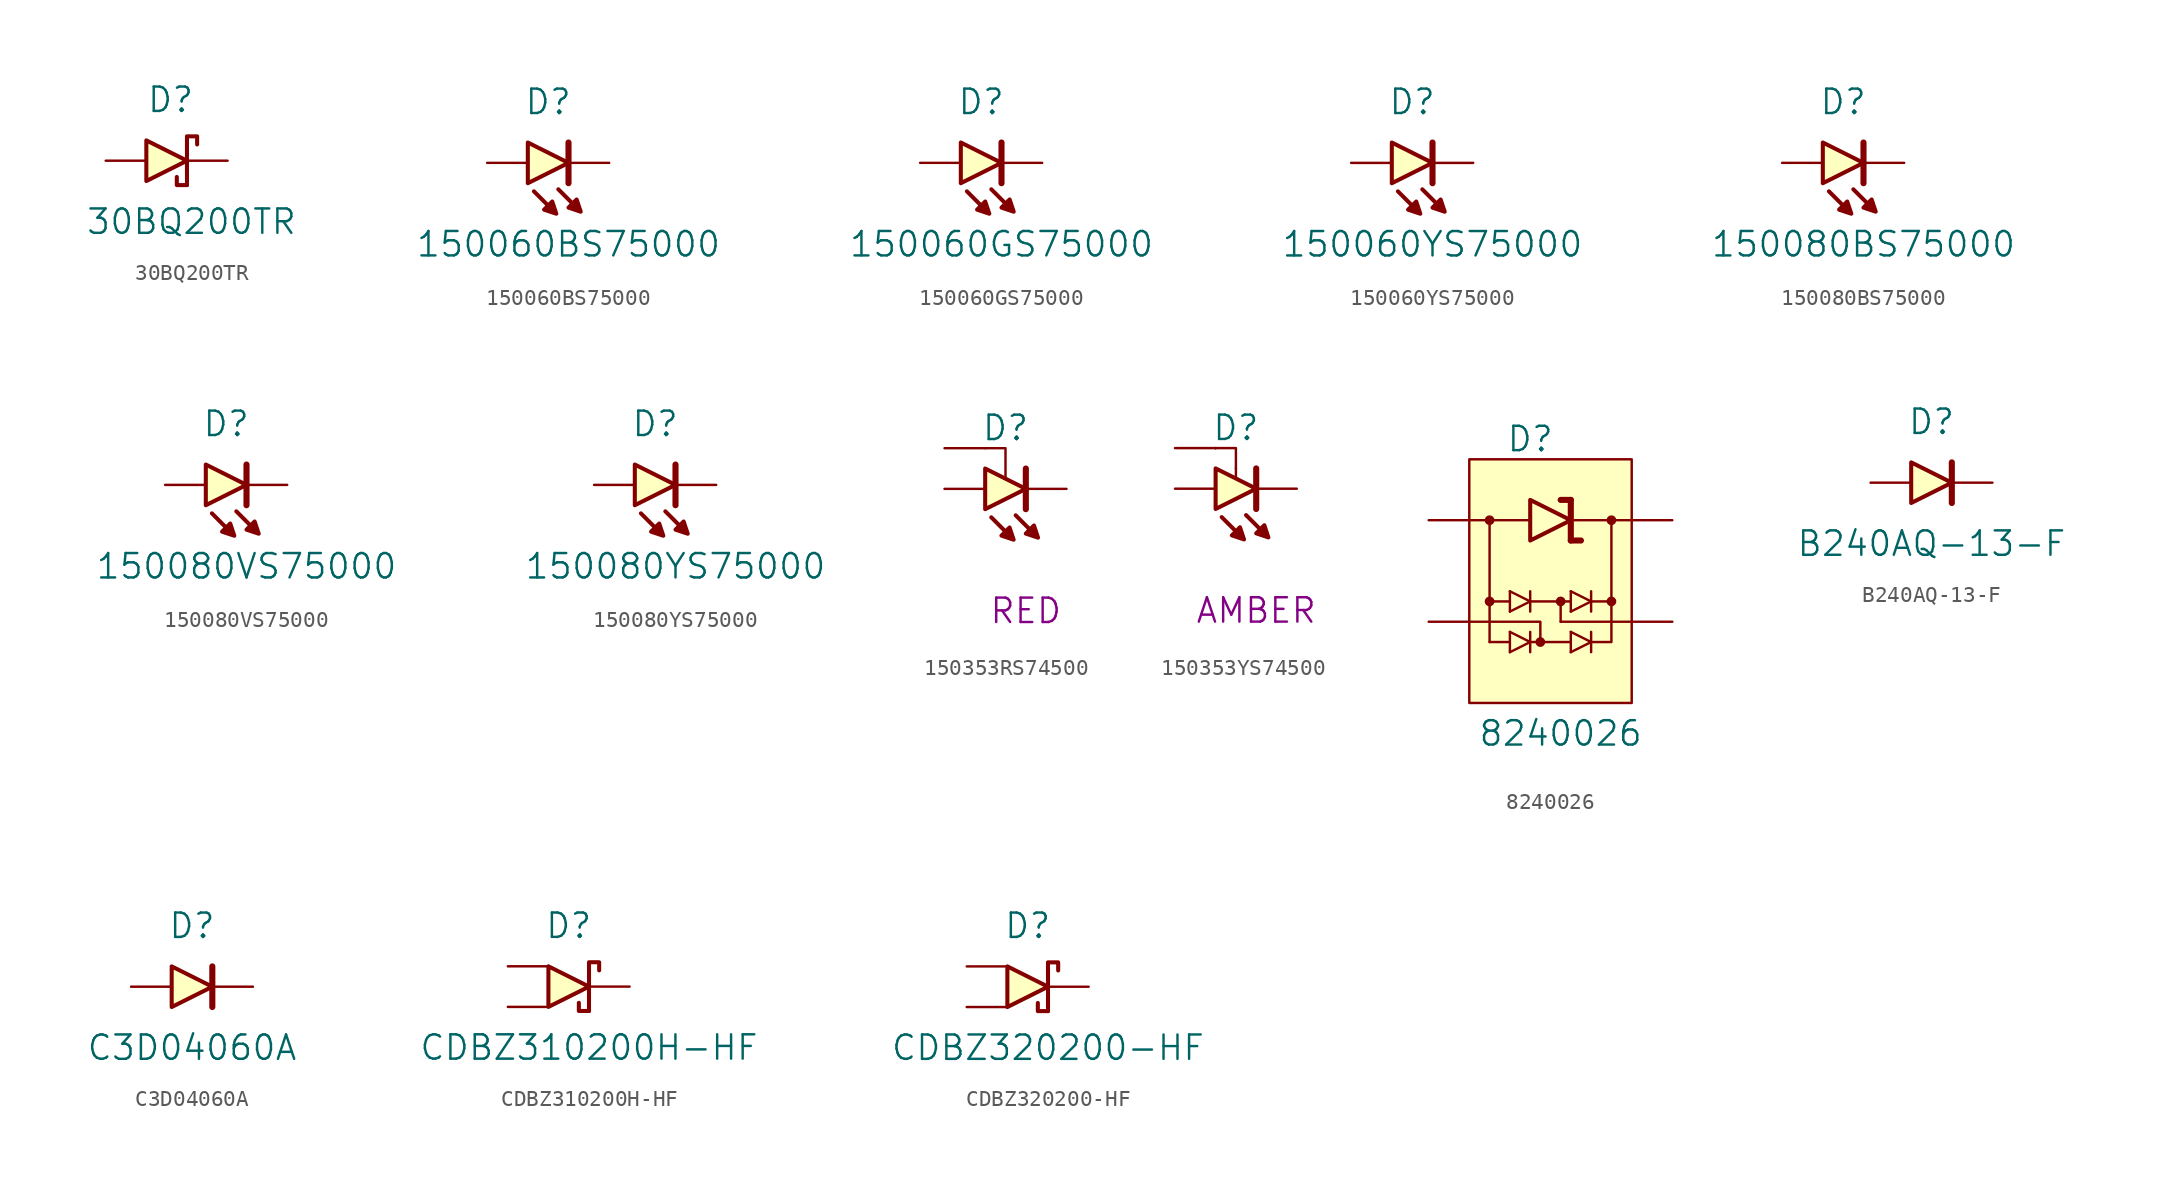
<source format=kicad_sym>
(kicad_symbol_lib
  (version 20220914)
  (generator kicad_symbol_editor)
  (symbol "30BQ200TR"
    (pin_numbers hide)
    (pin_names
      (offset 0) hide)
    (property "Reference" "D"
      (at -1.27 3.81 0)
      (effects (font (size 1.524 1.524)) (justify left)))
    (property "Value" "30BQ200TR"
      (at -5.08 -3.81 0)
      (effects (font (size 1.524 1.524)) (justify left)))
    (symbol "30BQ200TR_0_1"
      (polyline (pts (xy 1.27 -1.524) (xy 0.635 -1.524) (xy 0.635 -1.016)) (stroke (width 0.254) (type default)) (fill (type none)))
      (polyline (pts (xy -1.27 1.27) (xy -1.27 -1.27) (xy 1.27 0) (xy -1.27 1.27)) (stroke (width 0.254) (type default)) (fill (type background)))
      (polyline (pts (xy 1.27 -1.524) (xy 1.27 1.524) (xy 1.905 1.524) (xy 1.905 1.016)) (stroke (width 0.254) (type default)) (fill (type none))))
    (symbol "30BQ200TR_1_1"
      (pin input line (at 3.81 0 180) (length 2.54) (name "Cathode" (effects (font (size 1.27 1.27)))) (number "1" (effects (font (size 1.27 1.27)))))
      (pin input line (at -3.81 0 0) (length 2.54) (name "Anode" (effects (font (size 1.27 1.27)))) (number "2" (effects (font (size 1.27 1.27)))))))
  (symbol "150060BS75000"
    (pin_numbers hide)
    (pin_names
      (offset 0) hide)
    (property "Reference" "D"
      (at -1.27 3.81 0)
      (effects (font (size 1.524 1.524))))
    (property "Value" "150060BS75000"
      (at 0 -5.08 0)
      (effects (font (size 1.524 1.524))))
    (symbol "150060BS75000_0_1"
      (polyline (pts (xy 0 -1.27) (xy 0 1.27)) (stroke (width 0.381) (type default)) (fill (type none)))
      (polyline (pts (xy -2.54 1.27) (xy -2.54 -1.27) (xy 0 0) (xy -2.54 1.27)) (stroke (width 0.254) (type default)) (fill (type background)))
      (polyline (pts (xy -2.159 -1.778) (xy -0.762 -3.175) (xy -1.016 -2.413) (xy -1.524 -2.921) (xy -0.762 -3.175)) (stroke (width 0.254) (type default)) (fill (type outline)))
      (polyline (pts (xy -0.635 -1.651) (xy 0.762 -3.048) (xy 0 -2.794) (xy 0.508 -2.286) (xy 0.762 -3.048)) (stroke (width 0.254) (type default)) (fill (type outline))))
    (symbol "150060BS75000_1_1"
      (pin passive line (at 2.54 0 180) (length 2.54) (name "Cathode" (effects (font (size 1.27 1.27)))) (number "1" (effects (font (size 1.27 1.27)))))
      (pin passive line (at -5.08 0 0) (length 2.54) (name "Anode" (effects (font (size 1.27 1.27)))) (number "2" (effects (font (size 1.27 1.27)))))))
  (symbol "150060GS75000"
    (pin_numbers hide)
    (pin_names
      (offset 0) hide)
    (property "Reference" "D"
      (at -1.27 3.81 0)
      (effects (font (size 1.524 1.524))))
    (property "Value" "150060GS75000"
      (at 0 -5.08 0)
      (effects (font (size 1.524 1.524))))
    (symbol "150060GS75000_0_1"
      (polyline (pts (xy 0 -1.27) (xy 0 1.27)) (stroke (width 0.381) (type default)) (fill (type none)))
      (polyline (pts (xy -2.54 1.27) (xy -2.54 -1.27) (xy 0 0) (xy -2.54 1.27)) (stroke (width 0.254) (type default)) (fill (type background)))
      (polyline (pts (xy -2.159 -1.778) (xy -0.762 -3.175) (xy -1.016 -2.413) (xy -1.524 -2.921) (xy -0.762 -3.175)) (stroke (width 0.254) (type default)) (fill (type outline)))
      (polyline (pts (xy -0.635 -1.651) (xy 0.762 -3.048) (xy 0 -2.794) (xy 0.508 -2.286) (xy 0.762 -3.048)) (stroke (width 0.254) (type default)) (fill (type outline))))
    (symbol "150060GS75000_1_1"
      (pin passive line (at 2.54 0 180) (length 2.54) (name "Cathode" (effects (font (size 1.27 1.27)))) (number "1" (effects (font (size 1.27 1.27)))))
      (pin passive line (at -5.08 0 0) (length 2.54) (name "Anode" (effects (font (size 1.27 1.27)))) (number "2" (effects (font (size 1.27 1.27)))))))
  (symbol "150060YS75000"
    (pin_numbers hide)
    (pin_names
      (offset 0) hide)
    (property "Reference" "D"
      (at -1.27 3.81 0)
      (effects (font (size 1.524 1.524))))
    (property "Value" "150060YS75000"
      (at 0 -5.08 0)
      (effects (font (size 1.524 1.524))))
    (symbol "150060YS75000_0_1"
      (polyline (pts (xy 0 -1.27) (xy 0 1.27)) (stroke (width 0.381) (type default)) (fill (type none)))
      (polyline (pts (xy -2.54 1.27) (xy -2.54 -1.27) (xy 0 0) (xy -2.54 1.27)) (stroke (width 0.254) (type default)) (fill (type background)))
      (polyline (pts (xy -2.159 -1.778) (xy -0.762 -3.175) (xy -1.016 -2.413) (xy -1.524 -2.921) (xy -0.762 -3.175)) (stroke (width 0.254) (type default)) (fill (type outline)))
      (polyline (pts (xy -0.635 -1.651) (xy 0.762 -3.048) (xy 0 -2.794) (xy 0.508 -2.286) (xy 0.762 -3.048)) (stroke (width 0.254) (type default)) (fill (type outline))))
    (symbol "150060YS75000_1_1"
      (pin passive line (at 2.54 0 180) (length 2.54) (name "Cathode" (effects (font (size 1.27 1.27)))) (number "1" (effects (font (size 1.27 1.27)))))
      (pin passive line (at -5.08 0 0) (length 2.54) (name "Anode" (effects (font (size 1.27 1.27)))) (number "2" (effects (font (size 1.27 1.27)))))))
  (symbol "150080BS75000"
    (pin_numbers hide)
    (pin_names
      (offset 0) hide)
    (property "Reference" "D"
      (at -1.27 3.81 0)
      (effects (font (size 1.524 1.524))))
    (property "Value" "150080BS75000"
      (at 0 -5.08 0)
      (effects (font (size 1.524 1.524))))
    (symbol "150080BS75000_0_1"
      (polyline (pts (xy 0 -1.27) (xy 0 1.27)) (stroke (width 0.381) (type default)) (fill (type none)))
      (polyline (pts (xy -2.54 1.27) (xy -2.54 -1.27) (xy 0 0) (xy -2.54 1.27)) (stroke (width 0.254) (type default)) (fill (type background)))
      (polyline (pts (xy -2.159 -1.778) (xy -0.762 -3.175) (xy -1.016 -2.413) (xy -1.524 -2.921) (xy -0.762 -3.175)) (stroke (width 0.254) (type default)) (fill (type outline)))
      (polyline (pts (xy -0.635 -1.651) (xy 0.762 -3.048) (xy 0 -2.794) (xy 0.508 -2.286) (xy 0.762 -3.048)) (stroke (width 0.254) (type default)) (fill (type outline))))
    (symbol "150080BS75000_1_1"
      (pin passive line (at 2.54 0 180) (length 2.54) (name "Cathode" (effects (font (size 1.27 1.27)))) (number "1" (effects (font (size 1.27 1.27)))))
      (pin passive line (at -5.08 0 0) (length 2.54) (name "Anode" (effects (font (size 1.27 1.27)))) (number "2" (effects (font (size 1.27 1.27)))))))
  (symbol "150080VS75000"
    (pin_numbers hide)
    (pin_names
      (offset 0) hide)
    (property "Reference" "D"
      (at -1.27 3.81 0)
      (effects (font (size 1.524 1.524))))
    (property "Value" "150080VS75000"
      (at 0 -5.08 0)
      (effects (font (size 1.524 1.524))))
    (symbol "150080VS75000_0_1"
      (polyline (pts (xy 0 -1.27) (xy 0 1.27)) (stroke (width 0.381) (type default)) (fill (type none)))
      (polyline (pts (xy -2.54 1.27) (xy -2.54 -1.27) (xy 0 0) (xy -2.54 1.27)) (stroke (width 0.254) (type default)) (fill (type background)))
      (polyline (pts (xy -2.159 -1.778) (xy -0.762 -3.175) (xy -1.016 -2.413) (xy -1.524 -2.921) (xy -0.762 -3.175)) (stroke (width 0.254) (type default)) (fill (type outline)))
      (polyline (pts (xy -0.635 -1.651) (xy 0.762 -3.048) (xy 0 -2.794) (xy 0.508 -2.286) (xy 0.762 -3.048)) (stroke (width 0.254) (type default)) (fill (type outline))))
    (symbol "150080VS75000_1_1"
      (pin passive line (at 2.54 0 180) (length 2.54) (name "Cathode" (effects (font (size 1.27 1.27)))) (number "1" (effects (font (size 1.27 1.27)))))
      (pin passive line (at -5.08 0 0) (length 2.54) (name "Anode" (effects (font (size 1.27 1.27)))) (number "2" (effects (font (size 1.27 1.27)))))))
  (symbol "150080YS75000"
    (pin_numbers hide)
    (pin_names
      (offset 0) hide)
    (property "Reference" "D"
      (at -1.27 3.81 0)
      (effects (font (size 1.524 1.524))))
    (property "Value" "150080YS75000"
      (at 0 -5.08 0)
      (effects (font (size 1.524 1.524))))
    (symbol "150080YS75000_0_1"
      (polyline (pts (xy 0 -1.27) (xy 0 1.27)) (stroke (width 0.381) (type default)) (fill (type none)))
      (polyline (pts (xy -2.54 1.27) (xy -2.54 -1.27) (xy 0 0) (xy -2.54 1.27)) (stroke (width 0.254) (type default)) (fill (type background)))
      (polyline (pts (xy -2.159 -1.778) (xy -0.762 -3.175) (xy -1.016 -2.413) (xy -1.524 -2.921) (xy -0.762 -3.175)) (stroke (width 0.254) (type default)) (fill (type outline)))
      (polyline (pts (xy -0.635 -1.651) (xy 0.762 -3.048) (xy 0 -2.794) (xy 0.508 -2.286) (xy 0.762 -3.048)) (stroke (width 0.254) (type default)) (fill (type outline))))
    (symbol "150080YS75000_1_1"
      (pin passive line (at 2.54 0 180) (length 2.54) (name "Cathode" (effects (font (size 1.27 1.27)))) (number "1" (effects (font (size 1.27 1.27)))))
      (pin passive line (at -5.08 0 0) (length 2.54) (name "Anode" (effects (font (size 1.27 1.27)))) (number "2" (effects (font (size 1.27 1.27)))))))
  (symbol "150353RS74500"
    (pin_numbers hide)
    (pin_names
      (offset 0) hide)
    (property "Reference" "D"
      (at -1.27 3.81 0)
      (effects (font (size 1.524 1.524))))
    (property "Color" "RED"
      (at 0 -7.62 0)
      (effects (font (size 1.524 1.524))))
    (symbol "150353RS74500_0_1"
      (polyline (pts (xy 0 -1.27) (xy 0 1.27)) (stroke (width 0.381) (type default)) (fill (type none)))
      (polyline (pts (xy -2.54 2.54) (xy -1.27 2.54) (xy -1.27 0.61)) (stroke (width 0) (type default)) (fill (type none)))
      (polyline (pts (xy -2.54 1.27) (xy -2.54 -1.27) (xy 0 0) (xy -2.54 1.27)) (stroke (width 0.254) (type default)) (fill (type background)))
      (polyline (pts (xy -2.159 -1.778) (xy -0.762 -3.175) (xy -1.016 -2.413) (xy -1.524 -2.921) (xy -0.762 -3.175)) (stroke (width 0.254) (type default)) (fill (type outline)))
      (polyline (pts (xy -0.635 -1.651) (xy 0.762 -3.048) (xy 0 -2.794) (xy 0.508 -2.286) (xy 0.762 -3.048)) (stroke (width 0.254) (type default)) (fill (type outline))))
    (symbol "150353RS74500_1_1"
      (pin passive line (at 2.54 0 180) (length 2.54) (name "Cathode" (effects (font (size 1.27 1.27)))) (number "1" (effects (font (size 1.27 1.27)))))
      (pin passive line (at -5.08 0 0) (length 2.54) (name "Anode" (effects (font (size 1.27 1.27)))) (number "2" (effects (font (size 1.27 1.27)))))
      (pin passive line (at -5.08 2.54 0) (length 2.54) (name "pad" (effects (font (size 1.27 1.27)))) (number "3" (effects (font (size 1.27 1.27)))))))
  (symbol "150353YS74500"
    (pin_numbers hide)
    (pin_names
      (offset 0) hide)
    (property "Reference" "D"
      (at -1.27 3.81 0)
      (effects (font (size 1.524 1.524))))
    (property "Color" "AMBER"
      (at 0 -7.62 0)
      (effects (font (size 1.524 1.524))))
    (symbol "150353YS74500_0_1"
      (polyline (pts (xy -2.54 2.54) (xy -2.54 2.54)) (stroke (width 0) (type default)) (fill (type none)))
      (polyline (pts (xy -2.54 2.54) (xy -2.54 2.54)) (stroke (width 0) (type default)) (fill (type none)))
      (polyline (pts (xy -1.27 1.27) (xy -1.27 0.635)) (stroke (width 0) (type default)) (fill (type none)))
      (polyline (pts (xy 0 -1.27) (xy 0 1.27)) (stroke (width 0.381) (type default)) (fill (type none)))
      (polyline (pts (xy -2.54 2.54) (xy -1.27 2.54) (xy -1.27 1.27)) (stroke (width 0) (type default)) (fill (type none)))
      (polyline (pts (xy -2.54 1.27) (xy -2.54 -1.27) (xy 0 0) (xy -2.54 1.27)) (stroke (width 0.254) (type default)) (fill (type background)))
      (polyline (pts (xy -2.159 -1.778) (xy -0.762 -3.175) (xy -1.016 -2.413) (xy -1.524 -2.921) (xy -0.762 -3.175)) (stroke (width 0.254) (type default)) (fill (type outline)))
      (polyline (pts (xy -0.635 -1.651) (xy 0.762 -3.048) (xy 0 -2.794) (xy 0.508 -2.286) (xy 0.762 -3.048)) (stroke (width 0.254) (type default)) (fill (type outline))))
    (symbol "150353YS74500_1_1"
      (pin passive line (at 2.54 0 180) (length 2.54) (name "Cathode" (effects (font (size 1.27 1.27)))) (number "1" (effects (font (size 1.27 1.27)))))
      (pin passive line (at -5.08 0 0) (length 2.54) (name "Anode" (effects (font (size 1.27 1.27)))) (number "2" (effects (font (size 1.27 1.27)))))
      (pin passive line (at -5.08 2.54 0) (length 2.54) (name "pad" (effects (font (size 1.27 1.27)))) (number "3" (effects (font (size 1.27 1.27)))))))
  (symbol "8240026"
    (pin_numbers hide)
    (pin_names
      (offset 0) hide)
    (property "Reference" "D"
      (at -1.27 6.35 0)
      (effects (font (size 1.524 1.524))))
    (property "Value" "8240026"
      (at 0.635 -12.065 0)
      (effects (font (size 1.524 1.524))))
    (symbol "8240026_0_1"
      (rectangle (start -5.08 5.08) (end 5.08 -10.16) (stroke (width 0) (type default)) (fill (type background)))
      (polyline (pts (xy -3.81 -6.35) (xy -3.81 1.27)) (stroke (width 0) (type default)) (fill (type none)))
      (polyline (pts (xy -2.54 -6.35) (xy -3.81 -6.35)) (stroke (width 0) (type default)) (fill (type none)))
      (polyline (pts (xy -2.54 -4.445) (xy -2.54 -3.175)) (stroke (width 0) (type default)) (fill (type none)))
      (polyline (pts (xy -2.54 -3.81) (xy -3.81 -3.81)) (stroke (width 0) (type default)) (fill (type none)))
      (polyline (pts (xy -2.54 -3.175) (xy -1.27 -3.81)) (stroke (width 0) (type default)) (fill (type none)))
      (polyline (pts (xy -1.27 -6.35) (xy -0.635 -6.35)) (stroke (width 0) (type default)) (fill (type none)))
      (polyline (pts (xy -1.27 -4.445) (xy -1.27 -3.175)) (stroke (width 0) (type default)) (fill (type none)))
      (polyline (pts (xy -1.27 -3.81) (xy -2.54 -4.445)) (stroke (width 0) (type default)) (fill (type none)))
      (polyline (pts (xy -1.27 1.27) (xy -5.08 1.27)) (stroke (width 0) (type default)) (fill (type none)))
      (polyline (pts (xy -0.635 -6.35) (xy 1.27 -6.35)) (stroke (width 0) (type default)) (fill (type none)))
      (polyline (pts (xy 0.635 -5.08) (xy 5.08 -5.08)) (stroke (width 0) (type default)) (fill (type none)))
      (polyline (pts (xy 0.635 -3.81) (xy 0.635 -5.08)) (stroke (width 0) (type default)) (fill (type none)))
      (polyline (pts (xy 1.27 -3.81) (xy -1.27 -3.81)) (stroke (width 0) (type default)) (fill (type none)))
      (polyline (pts (xy 1.27 0) (xy 1.27 2.54)) (stroke (width 0.381) (type default)) (fill (type none)))
      (polyline (pts (xy 1.27 0) (xy 1.905 0)) (stroke (width 0.381) (type default)) (fill (type none)))
      (polyline (pts (xy 1.27 1.27) (xy 5.08 1.27)) (stroke (width 0) (type default)) (fill (type none)))
      (polyline (pts (xy 1.27 2.54) (xy 0.635 2.54)) (stroke (width 0.381) (type default)) (fill (type none)))
      (polyline (pts (xy 2.54 -3.81) (xy 3.81 -3.81)) (stroke (width 0) (type default)) (fill (type none)))
      (polyline (pts (xy -0.635 -6.35) (xy -0.635 -5.08) (xy -5.08 -5.08)) (stroke (width 0) (type default)) (fill (type none)))
      (polyline (pts (xy 2.54 -6.35) (xy 3.81 -6.35) (xy 3.81 1.27)) (stroke (width 0) (type default)) (fill (type none)))
      (polyline (pts (xy -1.27 2.54) (xy -1.27 0) (xy 1.27 1.27) (xy -1.27 2.54)) (stroke (width 0.254) (type default)) (fill (type background))))
    (symbol "8240026_1_1"
      (circle (center -3.81 -3.81) (radius 0.229) (stroke (width 0) (type default)) (fill (type outline)))
      (circle (center -3.81 1.27) (radius 0.229) (stroke (width 0) (type default)) (fill (type outline)))
      (circle (center -0.635 -6.35) (radius 0.229) (stroke (width 0) (type default)) (fill (type outline)))
      (polyline (pts (xy -2.54 -6.985) (xy -2.54 -5.715)) (stroke (width 0) (type default)) (fill (type none)))
      (polyline (pts (xy -2.54 -5.715) (xy -1.27 -6.35)) (stroke (width 0) (type default)) (fill (type none)))
      (polyline (pts (xy -1.27 -6.985) (xy -1.27 -5.715)) (stroke (width 0) (type default)) (fill (type none)))
      (polyline (pts (xy -1.27 -6.35) (xy -2.54 -6.985)) (stroke (width 0) (type default)) (fill (type none)))
      (polyline (pts (xy 1.27 -6.985) (xy 1.27 -5.715)) (stroke (width 0) (type default)) (fill (type none)))
      (polyline (pts (xy 1.27 -5.715) (xy 2.54 -6.35)) (stroke (width 0) (type default)) (fill (type none)))
      (polyline (pts (xy 1.27 -4.445) (xy 1.27 -3.175)) (stroke (width 0) (type default)) (fill (type none)))
      (polyline (pts (xy 1.27 -3.175) (xy 2.54 -3.81)) (stroke (width 0) (type default)) (fill (type none)))
      (polyline (pts (xy 2.54 -6.985) (xy 2.54 -5.715)) (stroke (width 0) (type default)) (fill (type none)))
      (polyline (pts (xy 2.54 -6.35) (xy 1.27 -6.985)) (stroke (width 0) (type default)) (fill (type none)))
      (polyline (pts (xy 2.54 -4.445) (xy 2.54 -3.175)) (stroke (width 0) (type default)) (fill (type none)))
      (polyline (pts (xy 2.54 -3.81) (xy 1.27 -4.445)) (stroke (width 0) (type default)) (fill (type none)))
      (circle (center 0.635 -3.81) (radius 0.229) (stroke (width 0) (type default)) (fill (type outline)))
      (circle (center 3.81 -3.81) (radius 0.229) (stroke (width 0) (type default)) (fill (type outline)))
      (circle (center 3.81 1.27) (radius 0.229) (stroke (width 0) (type default)) (fill (type outline)))
      (pin input line (at -7.62 1.27 0) (length 2.54) (name "GND" (effects (font (size 1.27 1.27)))) (number "1" (effects (font (size 1.27 1.27)))))
      (pin input line (at -7.62 -5.08 0) (length 2.54) (name "I/O_1" (effects (font (size 1.27 1.27)))) (number "2" (effects (font (size 1.27 1.27)))))
      (pin input line (at 7.62 -5.08 180) (length 2.54) (name "I/O_2" (effects (font (size 1.27 1.27)))) (number "3" (effects (font (size 1.27 1.27)))))
      (pin input line (at 7.62 1.27 180) (length 2.54) (name "VDD" (effects (font (size 1.27 1.27)))) (number "4" (effects (font (size 1.27 1.27)))))))
  (symbol "B240AQ-13-F"
    (pin_numbers hide)
    (pin_names
      (offset 0) hide)
    (property "Reference" "D"
      (at -1.27 3.81 0)
      (effects (font (size 1.524 1.524))))
    (property "Value" "B240AQ-13-F"
      (at -1.27 -3.81 0)
      (effects (font (size 1.524 1.524))))
    (symbol "B240AQ-13-F_0_1"
      (polyline (pts (xy 0 -1.27) (xy 0 1.27)) (stroke (width 0.381) (type default)) (fill (type none)))
      (polyline (pts (xy -2.54 1.27) (xy -2.54 -1.27) (xy 0 0) (xy -2.54 1.27)) (stroke (width 0.254) (type default)) (fill (type background))))
    (symbol "B240AQ-13-F_1_1"
      (pin input line (at 2.54 0 180) (length 2.54) (name "Cathode" (effects (font (size 1.27 1.27)))) (number "1" (effects (font (size 1.27 1.27)))))
      (pin input line (at -5.08 0 0) (length 2.54) (name "Anode" (effects (font (size 1.27 1.27)))) (number "2" (effects (font (size 1.27 1.27)))))))
  (symbol "C3D04060A"
    (pin_numbers hide)
    (pin_names
      (offset 0) hide)
    (property "Reference" "D"
      (at -1.27 3.81 0)
      (effects (font (size 1.524 1.524))))
    (property "Value" "C3D04060A"
      (at -1.27 -3.81 0)
      (effects (font (size 1.524 1.524))))
    (symbol "C3D04060A_0_1"
      (polyline (pts (xy 0 -1.27) (xy 0 1.27)) (stroke (width 0.381) (type default)) (fill (type none)))
      (polyline (pts (xy -2.54 1.27) (xy -2.54 -1.27) (xy 0 0) (xy -2.54 1.27)) (stroke (width 0.254) (type default)) (fill (type background))))
    (symbol "C3D04060A_1_1"
      (pin passive line (at 2.54 0 180) (length 2.54) (name "Cathode" (effects (font (size 1.27 1.27)))) (number "1" (effects (font (size 1.27 1.27)))))
      (pin passive line (at -5.08 0 0) (length 2.54) (name "Anode" (effects (font (size 1.27 1.27)))) (number "2" (effects (font (size 1.27 1.27)))))))
  (symbol "CDBZ310200H-HF"
    (pin_numbers hide)
    (pin_names
      (offset 0) hide)
    (property "Reference" "D"
      (at -1.27 3.81 0)
      (effects (font (size 1.524 1.524))))
    (property "Value" "CDBZ310200H-HF"
      (at 0 -3.81 0)
      (effects (font (size 1.524 1.524))))
    (symbol "CDBZ310200H-HF_0_1"
      (polyline (pts (xy 0 -1.524) (xy -0.635 -1.524) (xy -0.635 -1.016)) (stroke (width 0.254) (type default)) (fill (type none)))
      (polyline (pts (xy -2.54 1.27) (xy -2.54 -1.27) (xy 0 0) (xy -2.54 1.27)) (stroke (width 0.254) (type default)) (fill (type background)))
      (polyline (pts (xy 0 -1.524) (xy 0 1.524) (xy 0.635 1.524) (xy 0.635 1.016)) (stroke (width 0.254) (type default)) (fill (type none))))
    (symbol "CDBZ310200H-HF_1_1"
      (pin passive line (at 2.54 0 180) (length 2.54) (name "Cathode" (effects (font (size 1.27 1.27)))) (number "1" (effects (font (size 1.27 1.27)))))
      (pin passive line (at -5.08 1.27 0) (length 2.54) (name "Anode" (effects (font (size 1.27 1.27)))) (number "2" (effects (font (size 1.27 1.27)))))
      (pin passive line (at -5.08 -1.27 0) (length 2.54) (name "Anode2" (effects (font (size 1.27 1.27)))) (number "3" (effects (font (size 1.27 1.27)))))))
  (symbol "CDBZ320200-HF"
    (pin_numbers hide)
    (pin_names
      (offset 0) hide)
    (property "Reference" "D"
      (at -1.27 3.81 0)
      (effects (font (size 1.524 1.524))))
    (property "Value" "CDBZ320200-HF"
      (at 0 -3.81 0)
      (effects (font (size 1.524 1.524))))
    (symbol "CDBZ320200-HF_0_1"
      (polyline (pts (xy 0 -1.524) (xy -0.635 -1.524) (xy -0.635 -1.016)) (stroke (width 0.254) (type default)) (fill (type none)))
      (polyline (pts (xy -2.54 1.27) (xy -2.54 -1.27) (xy 0 0) (xy -2.54 1.27)) (stroke (width 0.254) (type default)) (fill (type background)))
      (polyline (pts (xy 0 -1.524) (xy 0 1.524) (xy 0.635 1.524) (xy 0.635 1.016)) (stroke (width 0.254) (type default)) (fill (type none))))
    (symbol "CDBZ320200-HF_1_1"
      (pin passive line (at 2.54 0 180) (length 2.54) (name "Cathode" (effects (font (size 1.27 1.27)))) (number "1" (effects (font (size 1.27 1.27)))))
      (pin passive line (at -5.08 1.27 0) (length 2.54) (name "Anode" (effects (font (size 1.27 1.27)))) (number "2" (effects (font (size 1.27 1.27)))))
      (pin passive line (at -5.08 -1.27 0) (length 2.54) (name "Anode2" (effects (font (size 1.27 1.27)))) (number "3" (effects (font (size 1.27 1.27))))))))
</source>
